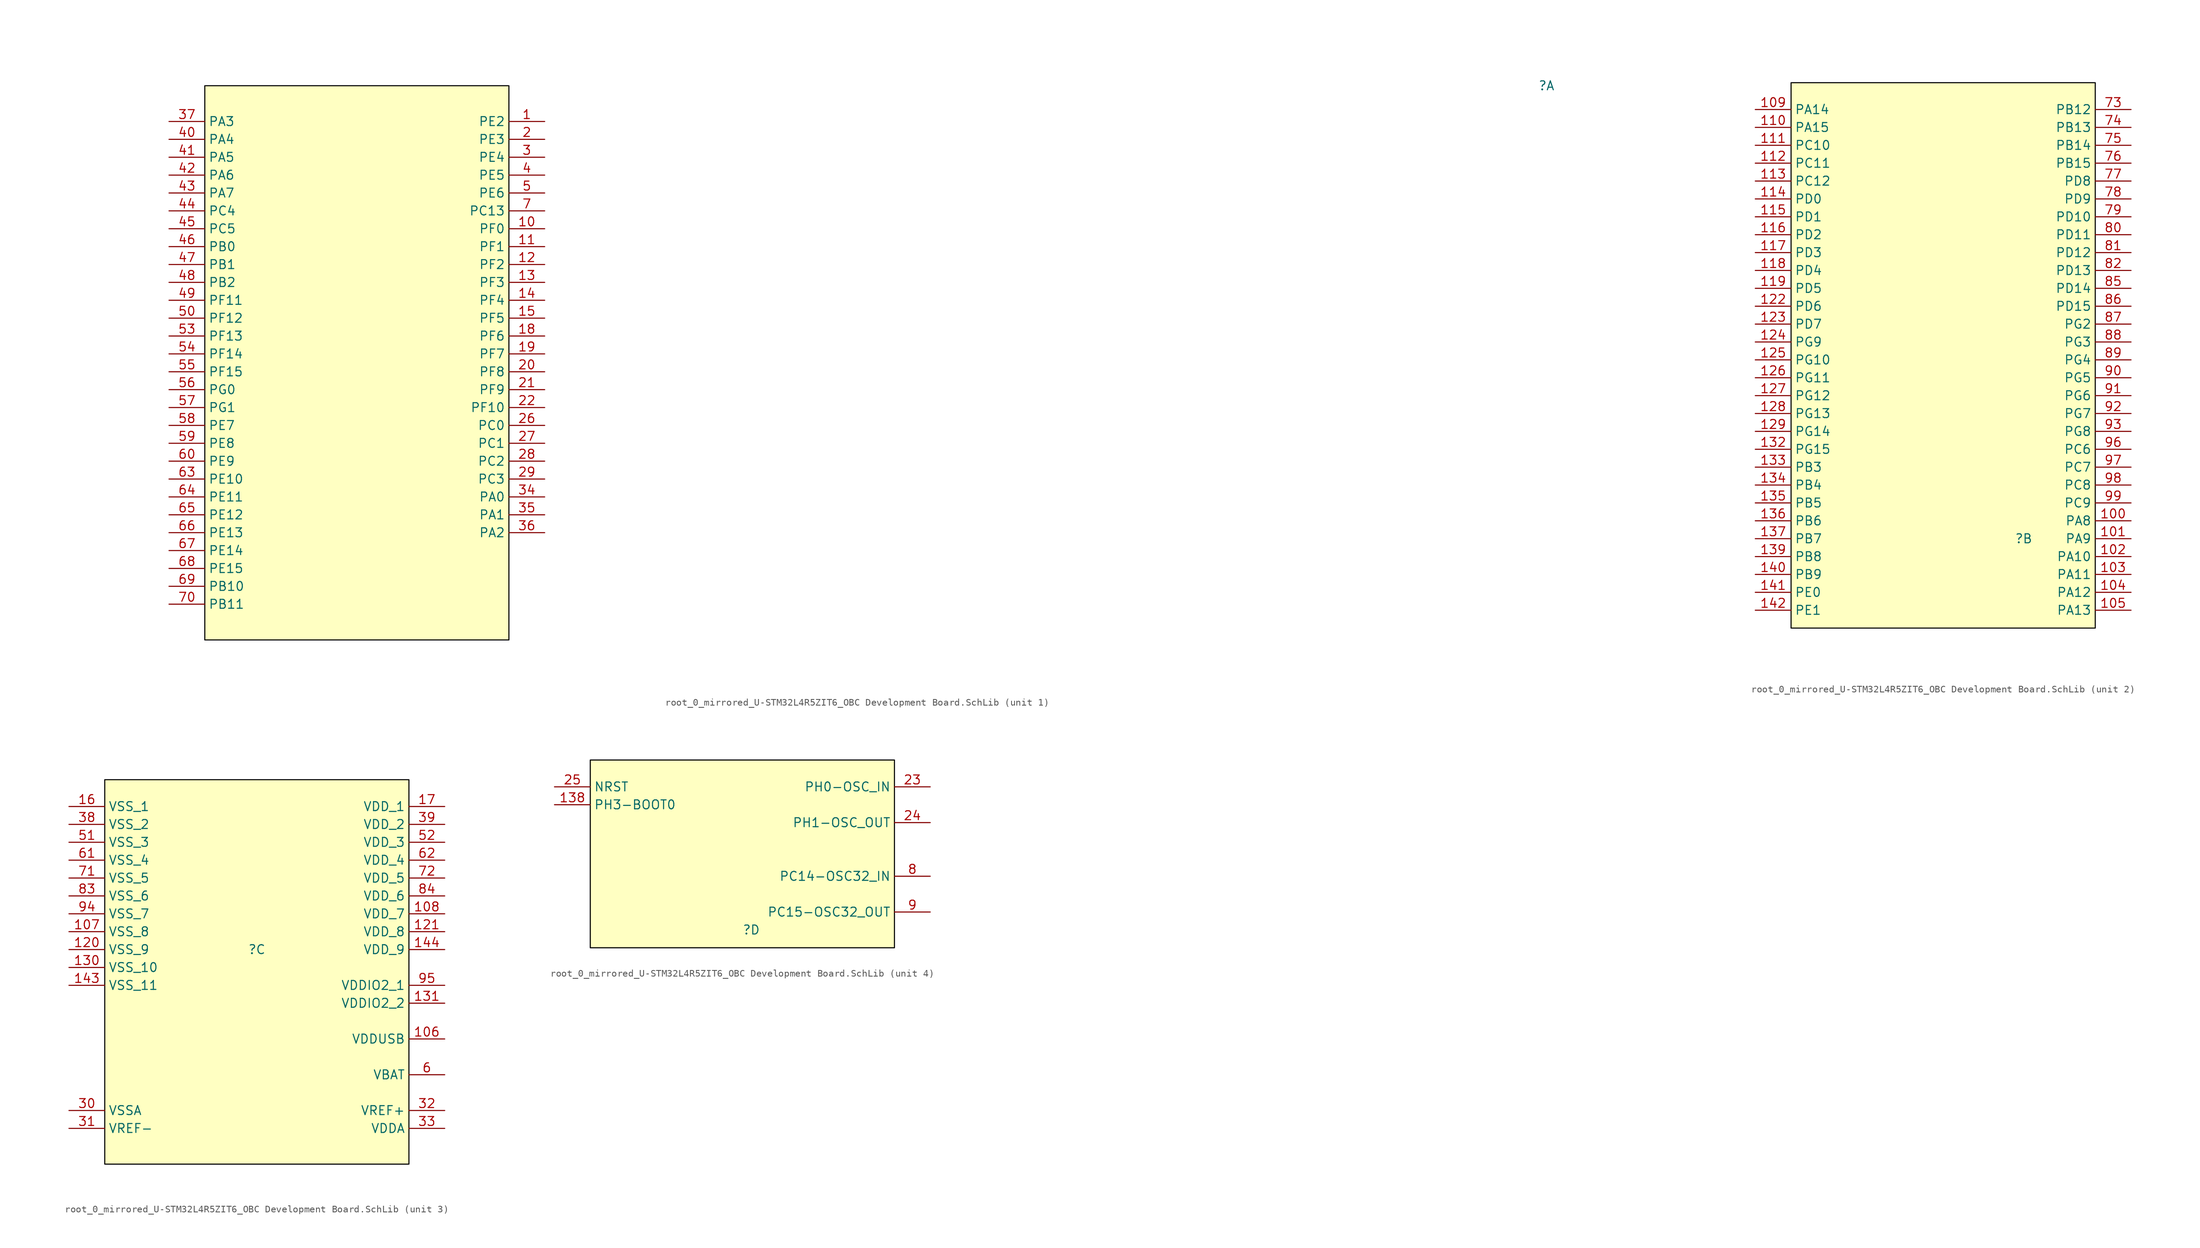
<source format=kicad_sym>
(kicad_symbol_lib
  (version 20241209)
  (generator "kicad_symbol_editor")
  (generator_version "9.0")
  (symbol "root_0_mirrored_U-STM32L4R5ZIT6_OBC Development Board.SchLib"
    (property "Reference" ""
      (at 0 0 0)
      (effects (font (size 1.27 1.27))))
    (property "Value" ""
      (at 0 0 0)
      (effects (font (size 1.27 1.27))))
    (symbol "root_0_mirrored_U-STM32L4R5ZIT6_OBC Development Board.SchLib_1_0"
      (rectangle (start -147.32 0) (end -190.5 -78.74) (stroke (width 0) (type solid) (color 0 0 0 1)) (fill (type background)))
      (pin passive line (at -195.58 -5.08 0) (length 5.08) (name "PA3" (effects (font (size 1.27 1.27)))) (number "37" (effects (font (size 1.27 1.27)))))
      (pin passive line (at -195.58 -7.62 0) (length 5.08) (name "PA4" (effects (font (size 1.27 1.27)))) (number "40" (effects (font (size 1.27 1.27)))))
      (pin passive line (at -195.58 -10.16 0) (length 5.08) (name "PA5" (effects (font (size 1.27 1.27)))) (number "41" (effects (font (size 1.27 1.27)))))
      (pin passive line (at -195.58 -12.7 0) (length 5.08) (name "PA6" (effects (font (size 1.27 1.27)))) (number "42" (effects (font (size 1.27 1.27)))))
      (pin passive line (at -195.58 -15.24 0) (length 5.08) (name "PA7" (effects (font (size 1.27 1.27)))) (number "43" (effects (font (size 1.27 1.27)))))
      (pin passive line (at -195.58 -17.78 0) (length 5.08) (name "PC4" (effects (font (size 1.27 1.27)))) (number "44" (effects (font (size 1.27 1.27)))))
      (pin passive line (at -195.58 -20.32 0) (length 5.08) (name "PC5" (effects (font (size 1.27 1.27)))) (number "45" (effects (font (size 1.27 1.27)))))
      (pin passive line (at -195.58 -22.86 0) (length 5.08) (name "PB0" (effects (font (size 1.27 1.27)))) (number "46" (effects (font (size 1.27 1.27)))))
      (pin passive line (at -195.58 -25.4 0) (length 5.08) (name "PB1" (effects (font (size 1.27 1.27)))) (number "47" (effects (font (size 1.27 1.27)))))
      (pin passive line (at -195.58 -27.94 0) (length 5.08) (name "PB2" (effects (font (size 1.27 1.27)))) (number "48" (effects (font (size 1.27 1.27)))))
      (pin passive line (at -195.58 -30.48 0) (length 5.08) (name "PF11" (effects (font (size 1.27 1.27)))) (number "49" (effects (font (size 1.27 1.27)))))
      (pin passive line (at -195.58 -33.02 0) (length 5.08) (name "PF12" (effects (font (size 1.27 1.27)))) (number "50" (effects (font (size 1.27 1.27)))))
      (pin passive line (at -195.58 -35.56 0) (length 5.08) (name "PF13" (effects (font (size 1.27 1.27)))) (number "53" (effects (font (size 1.27 1.27)))))
      (pin passive line (at -195.58 -38.1 0) (length 5.08) (name "PF14" (effects (font (size 1.27 1.27)))) (number "54" (effects (font (size 1.27 1.27)))))
      (pin passive line (at -195.58 -40.64 0) (length 5.08) (name "PF15" (effects (font (size 1.27 1.27)))) (number "55" (effects (font (size 1.27 1.27)))))
      (pin passive line (at -195.58 -43.18 0) (length 5.08) (name "PG0" (effects (font (size 1.27 1.27)))) (number "56" (effects (font (size 1.27 1.27)))))
      (pin passive line (at -195.58 -45.72 0) (length 5.08) (name "PG1" (effects (font (size 1.27 1.27)))) (number "57" (effects (font (size 1.27 1.27)))))
      (pin passive line (at -195.58 -48.26 0) (length 5.08) (name "PE7" (effects (font (size 1.27 1.27)))) (number "58" (effects (font (size 1.27 1.27)))))
      (pin passive line (at -195.58 -50.8 0) (length 5.08) (name "PE8" (effects (font (size 1.27 1.27)))) (number "59" (effects (font (size 1.27 1.27)))))
      (pin passive line (at -195.58 -53.34 0) (length 5.08) (name "PE9" (effects (font (size 1.27 1.27)))) (number "60" (effects (font (size 1.27 1.27)))))
      (pin passive line (at -195.58 -55.88 0) (length 5.08) (name "PE10" (effects (font (size 1.27 1.27)))) (number "63" (effects (font (size 1.27 1.27)))))
      (pin passive line (at -195.58 -58.42 0) (length 5.08) (name "PE11" (effects (font (size 1.27 1.27)))) (number "64" (effects (font (size 1.27 1.27)))))
      (pin passive line (at -195.58 -60.96 0) (length 5.08) (name "PE12" (effects (font (size 1.27 1.27)))) (number "65" (effects (font (size 1.27 1.27)))))
      (pin passive line (at -195.58 -63.5 0) (length 5.08) (name "PE13" (effects (font (size 1.27 1.27)))) (number "66" (effects (font (size 1.27 1.27)))))
      (pin passive line (at -195.58 -66.04 0) (length 5.08) (name "PE14" (effects (font (size 1.27 1.27)))) (number "67" (effects (font (size 1.27 1.27)))))
      (pin passive line (at -195.58 -68.58 0) (length 5.08) (name "PE15" (effects (font (size 1.27 1.27)))) (number "68" (effects (font (size 1.27 1.27)))))
      (pin passive line (at -195.58 -71.12 0) (length 5.08) (name "PB10" (effects (font (size 1.27 1.27)))) (number "69" (effects (font (size 1.27 1.27)))))
      (pin passive line (at -195.58 -73.66 0) (length 5.08) (name "PB11" (effects (font (size 1.27 1.27)))) (number "70" (effects (font (size 1.27 1.27)))))
      (pin passive line (at -142.24 -5.08 180) (length 5.08) (name "PE2" (effects (font (size 1.27 1.27)))) (number "1" (effects (font (size 1.27 1.27)))))
      (pin passive line (at -142.24 -7.62 180) (length 5.08) (name "PE3" (effects (font (size 1.27 1.27)))) (number "2" (effects (font (size 1.27 1.27)))))
      (pin passive line (at -142.24 -10.16 180) (length 5.08) (name "PE4" (effects (font (size 1.27 1.27)))) (number "3" (effects (font (size 1.27 1.27)))))
      (pin passive line (at -142.24 -12.7 180) (length 5.08) (name "PE5" (effects (font (size 1.27 1.27)))) (number "4" (effects (font (size 1.27 1.27)))))
      (pin passive line (at -142.24 -15.24 180) (length 5.08) (name "PE6" (effects (font (size 1.27 1.27)))) (number "5" (effects (font (size 1.27 1.27)))))
      (pin passive line (at -142.24 -17.78 180) (length 5.08) (name "PC13" (effects (font (size 1.27 1.27)))) (number "7" (effects (font (size 1.27 1.27)))))
      (pin passive line (at -142.24 -20.32 180) (length 5.08) (name "PF0" (effects (font (size 1.27 1.27)))) (number "10" (effects (font (size 1.27 1.27)))))
      (pin passive line (at -142.24 -22.86 180) (length 5.08) (name "PF1" (effects (font (size 1.27 1.27)))) (number "11" (effects (font (size 1.27 1.27)))))
      (pin passive line (at -142.24 -25.4 180) (length 5.08) (name "PF2" (effects (font (size 1.27 1.27)))) (number "12" (effects (font (size 1.27 1.27)))))
      (pin passive line (at -142.24 -27.94 180) (length 5.08) (name "PF3" (effects (font (size 1.27 1.27)))) (number "13" (effects (font (size 1.27 1.27)))))
      (pin passive line (at -142.24 -30.48 180) (length 5.08) (name "PF4" (effects (font (size 1.27 1.27)))) (number "14" (effects (font (size 1.27 1.27)))))
      (pin passive line (at -142.24 -33.02 180) (length 5.08) (name "PF5" (effects (font (size 1.27 1.27)))) (number "15" (effects (font (size 1.27 1.27)))))
      (pin passive line (at -142.24 -35.56 180) (length 5.08) (name "PF6" (effects (font (size 1.27 1.27)))) (number "18" (effects (font (size 1.27 1.27)))))
      (pin passive line (at -142.24 -38.1 180) (length 5.08) (name "PF7" (effects (font (size 1.27 1.27)))) (number "19" (effects (font (size 1.27 1.27)))))
      (pin passive line (at -142.24 -40.64 180) (length 5.08) (name "PF8" (effects (font (size 1.27 1.27)))) (number "20" (effects (font (size 1.27 1.27)))))
      (pin passive line (at -142.24 -43.18 180) (length 5.08) (name "PF9" (effects (font (size 1.27 1.27)))) (number "21" (effects (font (size 1.27 1.27)))))
      (pin passive line (at -142.24 -45.72 180) (length 5.08) (name "PF10" (effects (font (size 1.27 1.27)))) (number "22" (effects (font (size 1.27 1.27)))))
      (pin passive line (at -142.24 -48.26 180) (length 5.08) (name "PC0" (effects (font (size 1.27 1.27)))) (number "26" (effects (font (size 1.27 1.27)))))
      (pin passive line (at -142.24 -50.8 180) (length 5.08) (name "PC1" (effects (font (size 1.27 1.27)))) (number "27" (effects (font (size 1.27 1.27)))))
      (pin passive line (at -142.24 -53.34 180) (length 5.08) (name "PC2" (effects (font (size 1.27 1.27)))) (number "28" (effects (font (size 1.27 1.27)))))
      (pin passive line (at -142.24 -55.88 180) (length 5.08) (name "PC3" (effects (font (size 1.27 1.27)))) (number "29" (effects (font (size 1.27 1.27)))))
      (pin passive line (at -142.24 -58.42 180) (length 5.08) (name "PA0" (effects (font (size 1.27 1.27)))) (number "34" (effects (font (size 1.27 1.27)))))
      (pin passive line (at -142.24 -60.96 180) (length 5.08) (name "PA1" (effects (font (size 1.27 1.27)))) (number "35" (effects (font (size 1.27 1.27)))))
      (pin passive line (at -142.24 -63.5 180) (length 5.08) (name "PA2" (effects (font (size 1.27 1.27)))) (number "36" (effects (font (size 1.27 1.27))))))
    (symbol "root_0_mirrored_U-STM32L4R5ZIT6_OBC Development Board.SchLib_2_0"
      (rectangle (start 10.16 64.77) (end -33.02 -12.7) (stroke (width 0) (type solid) (color 0 0 0 1)) (fill (type background)))
      (pin passive line (at -38.1 60.96 0) (length 5.08) (name "PA14" (effects (font (size 1.27 1.27)))) (number "109" (effects (font (size 1.27 1.27)))))
      (pin passive line (at -38.1 58.42 0) (length 5.08) (name "PA15" (effects (font (size 1.27 1.27)))) (number "110" (effects (font (size 1.27 1.27)))))
      (pin passive line (at -38.1 55.88 0) (length 5.08) (name "PC10" (effects (font (size 1.27 1.27)))) (number "111" (effects (font (size 1.27 1.27)))))
      (pin passive line (at -38.1 53.34 0) (length 5.08) (name "PC11" (effects (font (size 1.27 1.27)))) (number "112" (effects (font (size 1.27 1.27)))))
      (pin passive line (at -38.1 50.8 0) (length 5.08) (name "PC12" (effects (font (size 1.27 1.27)))) (number "113" (effects (font (size 1.27 1.27)))))
      (pin passive line (at -38.1 48.26 0) (length 5.08) (name "PD0" (effects (font (size 1.27 1.27)))) (number "114" (effects (font (size 1.27 1.27)))))
      (pin passive line (at -38.1 45.72 0) (length 5.08) (name "PD1" (effects (font (size 1.27 1.27)))) (number "115" (effects (font (size 1.27 1.27)))))
      (pin passive line (at -38.1 43.18 0) (length 5.08) (name "PD2" (effects (font (size 1.27 1.27)))) (number "116" (effects (font (size 1.27 1.27)))))
      (pin passive line (at -38.1 40.64 0) (length 5.08) (name "PD3" (effects (font (size 1.27 1.27)))) (number "117" (effects (font (size 1.27 1.27)))))
      (pin passive line (at -38.1 38.1 0) (length 5.08) (name "PD4" (effects (font (size 1.27 1.27)))) (number "118" (effects (font (size 1.27 1.27)))))
      (pin passive line (at -38.1 35.56 0) (length 5.08) (name "PD5" (effects (font (size 1.27 1.27)))) (number "119" (effects (font (size 1.27 1.27)))))
      (pin passive line (at -38.1 33.02 0) (length 5.08) (name "PD6" (effects (font (size 1.27 1.27)))) (number "122" (effects (font (size 1.27 1.27)))))
      (pin passive line (at -38.1 30.48 0) (length 5.08) (name "PD7" (effects (font (size 1.27 1.27)))) (number "123" (effects (font (size 1.27 1.27)))))
      (pin passive line (at -38.1 27.94 0) (length 5.08) (name "PG9" (effects (font (size 1.27 1.27)))) (number "124" (effects (font (size 1.27 1.27)))))
      (pin passive line (at -38.1 25.4 0) (length 5.08) (name "PG10" (effects (font (size 1.27 1.27)))) (number "125" (effects (font (size 1.27 1.27)))))
      (pin passive line (at -38.1 22.86 0) (length 5.08) (name "PG11" (effects (font (size 1.27 1.27)))) (number "126" (effects (font (size 1.27 1.27)))))
      (pin passive line (at -38.1 20.32 0) (length 5.08) (name "PG12" (effects (font (size 1.27 1.27)))) (number "127" (effects (font (size 1.27 1.27)))))
      (pin passive line (at -38.1 17.78 0) (length 5.08) (name "PG13" (effects (font (size 1.27 1.27)))) (number "128" (effects (font (size 1.27 1.27)))))
      (pin passive line (at -38.1 15.24 0) (length 5.08) (name "PG14" (effects (font (size 1.27 1.27)))) (number "129" (effects (font (size 1.27 1.27)))))
      (pin passive line (at -38.1 12.7 0) (length 5.08) (name "PG15" (effects (font (size 1.27 1.27)))) (number "132" (effects (font (size 1.27 1.27)))))
      (pin passive line (at -38.1 10.16 0) (length 5.08) (name "PB3" (effects (font (size 1.27 1.27)))) (number "133" (effects (font (size 1.27 1.27)))))
      (pin passive line (at -38.1 7.62 0) (length 5.08) (name "PB4" (effects (font (size 1.27 1.27)))) (number "134" (effects (font (size 1.27 1.27)))))
      (pin passive line (at -38.1 5.08 0) (length 5.08) (name "PB5" (effects (font (size 1.27 1.27)))) (number "135" (effects (font (size 1.27 1.27)))))
      (pin passive line (at -38.1 2.54 0) (length 5.08) (name "PB6" (effects (font (size 1.27 1.27)))) (number "136" (effects (font (size 1.27 1.27)))))
      (pin passive line (at -38.1 0 0) (length 5.08) (name "PB7" (effects (font (size 1.27 1.27)))) (number "137" (effects (font (size 1.27 1.27)))))
      (pin passive line (at -38.1 -2.54 0) (length 5.08) (name "PB8" (effects (font (size 1.27 1.27)))) (number "139" (effects (font (size 1.27 1.27)))))
      (pin passive line (at -38.1 -5.08 0) (length 5.08) (name "PB9" (effects (font (size 1.27 1.27)))) (number "140" (effects (font (size 1.27 1.27)))))
      (pin passive line (at -38.1 -7.62 0) (length 5.08) (name "PE0" (effects (font (size 1.27 1.27)))) (number "141" (effects (font (size 1.27 1.27)))))
      (pin passive line (at -38.1 -10.16 0) (length 5.08) (name "PE1" (effects (font (size 1.27 1.27)))) (number "142" (effects (font (size 1.27 1.27)))))
      (pin passive line (at 15.24 60.96 180) (length 5.08) (name "PB12" (effects (font (size 1.27 1.27)))) (number "73" (effects (font (size 1.27 1.27)))))
      (pin passive line (at 15.24 58.42 180) (length 5.08) (name "PB13" (effects (font (size 1.27 1.27)))) (number "74" (effects (font (size 1.27 1.27)))))
      (pin passive line (at 15.24 55.88 180) (length 5.08) (name "PB14" (effects (font (size 1.27 1.27)))) (number "75" (effects (font (size 1.27 1.27)))))
      (pin passive line (at 15.24 53.34 180) (length 5.08) (name "PB15" (effects (font (size 1.27 1.27)))) (number "76" (effects (font (size 1.27 1.27)))))
      (pin passive line (at 15.24 50.8 180) (length 5.08) (name "PD8" (effects (font (size 1.27 1.27)))) (number "77" (effects (font (size 1.27 1.27)))))
      (pin passive line (at 15.24 48.26 180) (length 5.08) (name "PD9" (effects (font (size 1.27 1.27)))) (number "78" (effects (font (size 1.27 1.27)))))
      (pin passive line (at 15.24 45.72 180) (length 5.08) (name "PD10" (effects (font (size 1.27 1.27)))) (number "79" (effects (font (size 1.27 1.27)))))
      (pin passive line (at 15.24 43.18 180) (length 5.08) (name "PD11" (effects (font (size 1.27 1.27)))) (number "80" (effects (font (size 1.27 1.27)))))
      (pin passive line (at 15.24 40.64 180) (length 5.08) (name "PD12" (effects (font (size 1.27 1.27)))) (number "81" (effects (font (size 1.27 1.27)))))
      (pin passive line (at 15.24 38.1 180) (length 5.08) (name "PD13" (effects (font (size 1.27 1.27)))) (number "82" (effects (font (size 1.27 1.27)))))
      (pin passive line (at 15.24 35.56 180) (length 5.08) (name "PD14" (effects (font (size 1.27 1.27)))) (number "85" (effects (font (size 1.27 1.27)))))
      (pin passive line (at 15.24 33.02 180) (length 5.08) (name "PD15" (effects (font (size 1.27 1.27)))) (number "86" (effects (font (size 1.27 1.27)))))
      (pin passive line (at 15.24 30.48 180) (length 5.08) (name "PG2" (effects (font (size 1.27 1.27)))) (number "87" (effects (font (size 1.27 1.27)))))
      (pin passive line (at 15.24 27.94 180) (length 5.08) (name "PG3" (effects (font (size 1.27 1.27)))) (number "88" (effects (font (size 1.27 1.27)))))
      (pin passive line (at 15.24 25.4 180) (length 5.08) (name "PG4" (effects (font (size 1.27 1.27)))) (number "89" (effects (font (size 1.27 1.27)))))
      (pin passive line (at 15.24 22.86 180) (length 5.08) (name "PG5" (effects (font (size 1.27 1.27)))) (number "90" (effects (font (size 1.27 1.27)))))
      (pin passive line (at 15.24 20.32 180) (length 5.08) (name "PG6" (effects (font (size 1.27 1.27)))) (number "91" (effects (font (size 1.27 1.27)))))
      (pin passive line (at 15.24 17.78 180) (length 5.08) (name "PG7" (effects (font (size 1.27 1.27)))) (number "92" (effects (font (size 1.27 1.27)))))
      (pin passive line (at 15.24 15.24 180) (length 5.08) (name "PG8" (effects (font (size 1.27 1.27)))) (number "93" (effects (font (size 1.27 1.27)))))
      (pin passive line (at 15.24 12.7 180) (length 5.08) (name "PC6" (effects (font (size 1.27 1.27)))) (number "96" (effects (font (size 1.27 1.27)))))
      (pin passive line (at 15.24 10.16 180) (length 5.08) (name "PC7" (effects (font (size 1.27 1.27)))) (number "97" (effects (font (size 1.27 1.27)))))
      (pin passive line (at 15.24 7.62 180) (length 5.08) (name "PC8" (effects (font (size 1.27 1.27)))) (number "98" (effects (font (size 1.27 1.27)))))
      (pin passive line (at 15.24 5.08 180) (length 5.08) (name "PC9" (effects (font (size 1.27 1.27)))) (number "99" (effects (font (size 1.27 1.27)))))
      (pin passive line (at 15.24 2.54 180) (length 5.08) (name "PA8" (effects (font (size 1.27 1.27)))) (number "100" (effects (font (size 1.27 1.27)))))
      (pin passive line (at 15.24 0 180) (length 5.08) (name "PA9" (effects (font (size 1.27 1.27)))) (number "101" (effects (font (size 1.27 1.27)))))
      (pin passive line (at 15.24 -2.54 180) (length 5.08) (name "PA10" (effects (font (size 1.27 1.27)))) (number "102" (effects (font (size 1.27 1.27)))))
      (pin passive line (at 15.24 -5.08 180) (length 5.08) (name "PA11" (effects (font (size 1.27 1.27)))) (number "103" (effects (font (size 1.27 1.27)))))
      (pin passive line (at 15.24 -7.62 180) (length 5.08) (name "PA12" (effects (font (size 1.27 1.27)))) (number "104" (effects (font (size 1.27 1.27)))))
      (pin passive line (at 15.24 -10.16 180) (length 5.08) (name "PA13" (effects (font (size 1.27 1.27)))) (number "105" (effects (font (size 1.27 1.27))))))
    (symbol "root_0_mirrored_U-STM32L4R5ZIT6_OBC Development Board.SchLib_3_0"
      (rectangle (start 21.59 24.13) (end -21.59 -30.48) (stroke (width 0) (type solid) (color 0 0 0 1)) (fill (type background)))
      (pin passive line (at -26.67 20.32 0) (length 5.08) (name "VSS_1" (effects (font (size 1.27 1.27)))) (number "16" (effects (font (size 1.27 1.27)))))
      (pin passive line (at -26.67 17.78 0) (length 5.08) (name "VSS_2" (effects (font (size 1.27 1.27)))) (number "38" (effects (font (size 1.27 1.27)))))
      (pin passive line (at -26.67 15.24 0) (length 5.08) (name "VSS_3" (effects (font (size 1.27 1.27)))) (number "51" (effects (font (size 1.27 1.27)))))
      (pin passive line (at -26.67 12.7 0) (length 5.08) (name "VSS_4" (effects (font (size 1.27 1.27)))) (number "61" (effects (font (size 1.27 1.27)))))
      (pin passive line (at -26.67 10.16 0) (length 5.08) (name "VSS_5" (effects (font (size 1.27 1.27)))) (number "71" (effects (font (size 1.27 1.27)))))
      (pin passive line (at -26.67 7.62 0) (length 5.08) (name "VSS_6" (effects (font (size 1.27 1.27)))) (number "83" (effects (font (size 1.27 1.27)))))
      (pin passive line (at -26.67 5.08 0) (length 5.08) (name "VSS_7" (effects (font (size 1.27 1.27)))) (number "94" (effects (font (size 1.27 1.27)))))
      (pin passive line (at -26.67 2.54 0) (length 5.08) (name "VSS_8" (effects (font (size 1.27 1.27)))) (number "107" (effects (font (size 1.27 1.27)))))
      (pin passive line (at -26.67 0 0) (length 5.08) (name "VSS_9" (effects (font (size 1.27 1.27)))) (number "120" (effects (font (size 1.27 1.27)))))
      (pin passive line (at -26.67 -2.54 0) (length 5.08) (name "VSS_10" (effects (font (size 1.27 1.27)))) (number "130" (effects (font (size 1.27 1.27)))))
      (pin passive line (at -26.67 -5.08 0) (length 5.08) (name "VSS_11" (effects (font (size 1.27 1.27)))) (number "143" (effects (font (size 1.27 1.27)))))
      (pin passive line (at -26.67 -22.86 0) (length 5.08) (name "VSSA" (effects (font (size 1.27 1.27)))) (number "30" (effects (font (size 1.27 1.27)))))
      (pin passive line (at -26.67 -25.4 0) (length 5.08) (name "VREF-" (effects (font (size 1.27 1.27)))) (number "31" (effects (font (size 1.27 1.27)))))
      (pin passive line (at 26.67 20.32 180) (length 5.08) (name "VDD_1" (effects (font (size 1.27 1.27)))) (number "17" (effects (font (size 1.27 1.27)))))
      (pin passive line (at 26.67 17.78 180) (length 5.08) (name "VDD_2" (effects (font (size 1.27 1.27)))) (number "39" (effects (font (size 1.27 1.27)))))
      (pin passive line (at 26.67 15.24 180) (length 5.08) (name "VDD_3" (effects (font (size 1.27 1.27)))) (number "52" (effects (font (size 1.27 1.27)))))
      (pin passive line (at 26.67 12.7 180) (length 5.08) (name "VDD_4" (effects (font (size 1.27 1.27)))) (number "62" (effects (font (size 1.27 1.27)))))
      (pin passive line (at 26.67 10.16 180) (length 5.08) (name "VDD_5" (effects (font (size 1.27 1.27)))) (number "72" (effects (font (size 1.27 1.27)))))
      (pin passive line (at 26.67 7.62 180) (length 5.08) (name "VDD_6" (effects (font (size 1.27 1.27)))) (number "84" (effects (font (size 1.27 1.27)))))
      (pin passive line (at 26.67 5.08 180) (length 5.08) (name "VDD_7" (effects (font (size 1.27 1.27)))) (number "108" (effects (font (size 1.27 1.27)))))
      (pin passive line (at 26.67 2.54 180) (length 5.08) (name "VDD_8" (effects (font (size 1.27 1.27)))) (number "121" (effects (font (size 1.27 1.27)))))
      (pin passive line (at 26.67 0 180) (length 5.08) (name "VDD_9" (effects (font (size 1.27 1.27)))) (number "144" (effects (font (size 1.27 1.27)))))
      (pin passive line (at 26.67 -5.08 180) (length 5.08) (name "VDDIO2_1" (effects (font (size 1.27 1.27)))) (number "95" (effects (font (size 1.27 1.27)))))
      (pin passive line (at 26.67 -7.62 180) (length 5.08) (name "VDDIO2_2" (effects (font (size 1.27 1.27)))) (number "131" (effects (font (size 1.27 1.27)))))
      (pin passive line (at 26.67 -12.7 180) (length 5.08) (name "VDDUSB" (effects (font (size 1.27 1.27)))) (number "106" (effects (font (size 1.27 1.27)))))
      (pin passive line (at 26.67 -17.78 180) (length 5.08) (name "VBAT" (effects (font (size 1.27 1.27)))) (number "6" (effects (font (size 1.27 1.27)))))
      (pin passive line (at 26.67 -22.86 180) (length 5.08) (name "VREF+" (effects (font (size 1.27 1.27)))) (number "32" (effects (font (size 1.27 1.27)))))
      (pin passive line (at 26.67 -25.4 180) (length 5.08) (name "VDDA" (effects (font (size 1.27 1.27)))) (number "33" (effects (font (size 1.27 1.27))))))
    (symbol "root_0_mirrored_U-STM32L4R5ZIT6_OBC Development Board.SchLib_4_0"
      (rectangle (start 20.32 24.13) (end -22.86 -2.54) (stroke (width 0) (type solid) (color 0 0 0 1)) (fill (type background)))
      (pin passive line (at -27.94 20.32 0) (length 5.08) (name "NRST" (effects (font (size 1.27 1.27)))) (number "25" (effects (font (size 1.27 1.27)))))
      (pin passive line (at -27.94 17.78 0) (length 5.08) (name "PH3-BOOT0" (effects (font (size 1.27 1.27)))) (number "138" (effects (font (size 1.27 1.27)))))
      (pin passive line (at 25.4 20.32 180) (length 5.08) (name "PH0-OSC_IN" (effects (font (size 1.27 1.27)))) (number "23" (effects (font (size 1.27 1.27)))))
      (pin passive line (at 25.4 15.24 180) (length 5.08) (name "PH1-OSC_OUT" (effects (font (size 1.27 1.27)))) (number "24" (effects (font (size 1.27 1.27)))))
      (pin passive line (at 25.4 7.62 180) (length 5.08) (name "PC14-OSC32_IN" (effects (font (size 1.27 1.27)))) (number "8" (effects (font (size 1.27 1.27)))))
      (pin passive line (at 25.4 2.54 180) (length 5.08) (name "PC15-OSC32_OUT" (effects (font (size 1.27 1.27)))) (number "9" (effects (font (size 1.27 1.27))))))))
</source>
